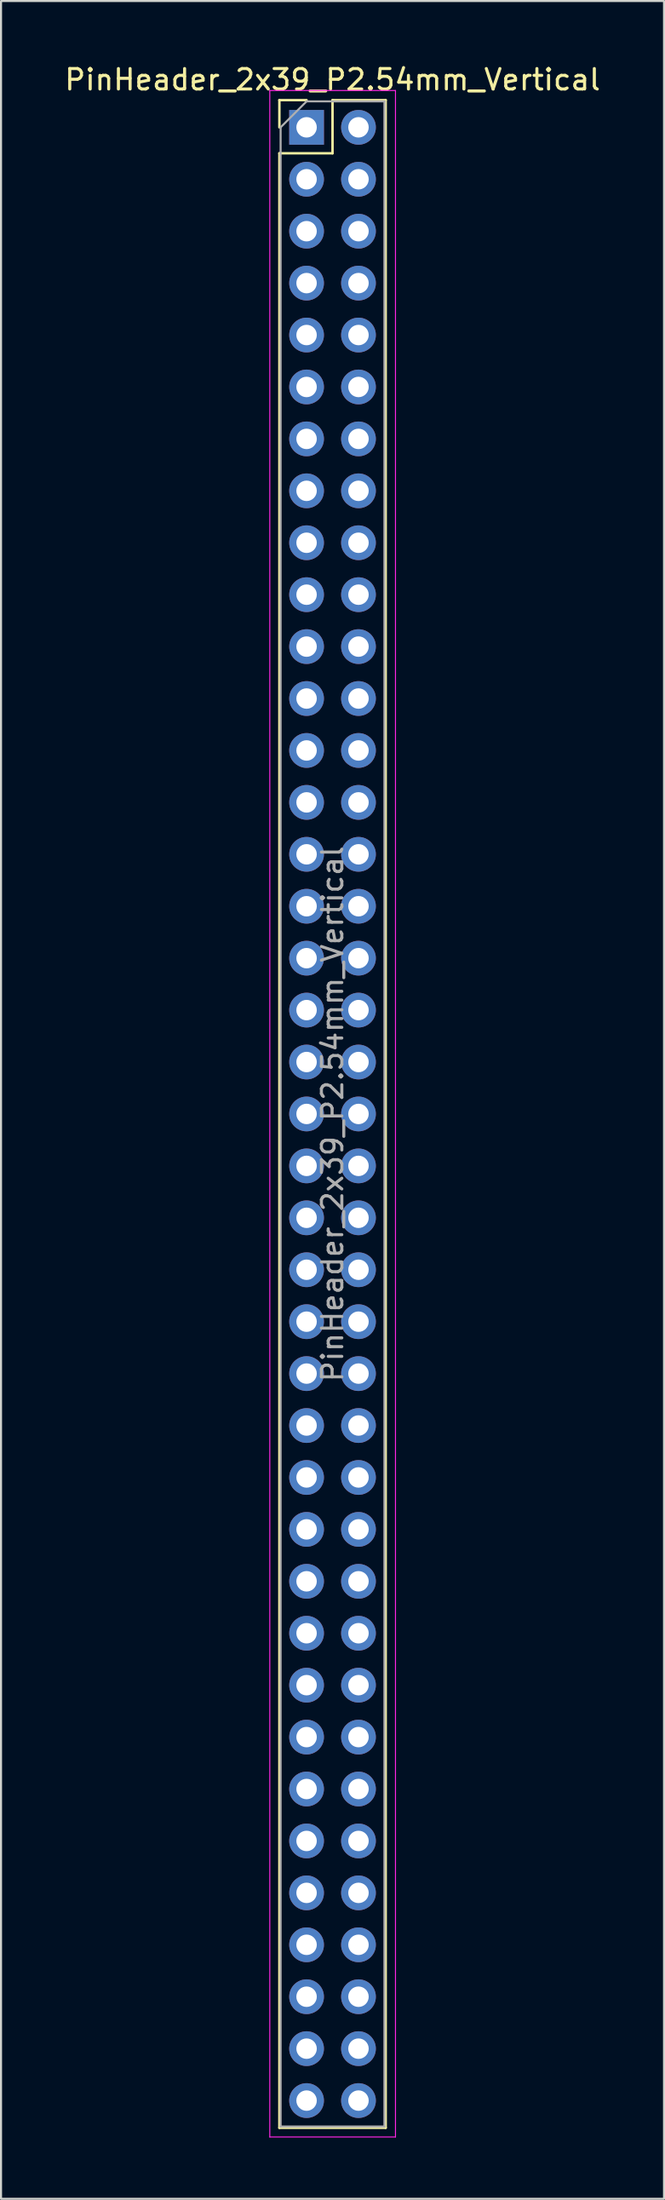
<source format=kicad_pcb>
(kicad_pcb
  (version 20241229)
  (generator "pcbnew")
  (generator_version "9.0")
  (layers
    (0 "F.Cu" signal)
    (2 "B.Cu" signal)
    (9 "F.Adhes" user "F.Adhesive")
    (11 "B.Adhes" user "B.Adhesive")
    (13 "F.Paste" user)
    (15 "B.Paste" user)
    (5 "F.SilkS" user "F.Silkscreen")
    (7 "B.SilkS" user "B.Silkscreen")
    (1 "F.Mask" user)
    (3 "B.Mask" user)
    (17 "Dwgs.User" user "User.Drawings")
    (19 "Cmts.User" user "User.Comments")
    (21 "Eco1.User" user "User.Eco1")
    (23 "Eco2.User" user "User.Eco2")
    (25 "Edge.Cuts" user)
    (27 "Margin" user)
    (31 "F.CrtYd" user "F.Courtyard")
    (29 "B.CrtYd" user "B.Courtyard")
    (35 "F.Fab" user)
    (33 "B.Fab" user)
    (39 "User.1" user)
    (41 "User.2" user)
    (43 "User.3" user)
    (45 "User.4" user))
  (footprint "PinHeader_2x39_P2.54mm_Vertical"
    (layer "F.Cu")
    (at 11.95 3.178)
    (property "Reference" "PinHeader_2x39_P2.54mm_Vertical" (at 1.27 -2.33 0) (layer "F.SilkS") (effects (font (size 1 1) (thickness 0.15))))
    (attr through_hole)
    (fp_line (start -1.33 -1.33) (end 0 -1.33) (stroke (width 0.12) (type solid)) (layer "F.SilkS"))
    (fp_line (start -1.33 0) (end -1.33 -1.33) (stroke (width 0.12) (type solid)) (layer "F.SilkS"))
    (fp_line (start -1.33 1.27) (end -1.33 97.85) (stroke (width 0.12) (type solid)) (layer "F.SilkS"))
    (fp_line (start -1.33 1.27) (end 1.27 1.27) (stroke (width 0.12) (type solid)) (layer "F.SilkS"))
    (fp_line (start -1.33 97.85) (end 3.87 97.85) (stroke (width 0.12) (type solid)) (layer "F.SilkS"))
    (fp_line (start 1.27 -1.33) (end 3.87 -1.33) (stroke (width 0.12) (type solid)) (layer "F.SilkS"))
    (fp_line (start 1.27 1.27) (end 1.27 -1.33) (stroke (width 0.12) (type solid)) (layer "F.SilkS"))
    (fp_line (start 3.87 -1.33) (end 3.87 97.85) (stroke (width 0.12) (type solid)) (layer "F.SilkS"))
    (fp_line (start -1.8 -1.8) (end -1.8 98.3) (stroke (width 0.05) (type solid)) (layer "F.CrtYd"))
    (fp_line (start -1.8 98.3) (end 4.35 98.3) (stroke (width 0.05) (type solid)) (layer "F.CrtYd"))
    (fp_line (start 4.35 -1.8) (end -1.8 -1.8) (stroke (width 0.05) (type solid)) (layer "F.CrtYd"))
    (fp_line (start 4.35 98.3) (end 4.35 -1.8) (stroke (width 0.05) (type solid)) (layer "F.CrtYd"))
    (fp_line (start -1.27 0) (end 0 -1.27) (stroke (width 0.1) (type solid)) (layer "F.Fab"))
    (fp_line (start -1.27 97.79) (end -1.27 0) (stroke (width 0.1) (type solid)) (layer "F.Fab"))
    (fp_line (start 0 -1.27) (end 3.81 -1.27) (stroke (width 0.1) (type solid)) (layer "F.Fab"))
    (fp_line (start 3.81 -1.27) (end 3.81 97.79) (stroke (width 0.1) (type solid)) (layer "F.Fab"))
    (fp_line (start 3.81 97.79) (end -1.27 97.79) (stroke (width 0.1) (type solid)) (layer "F.Fab"))
    (fp_text user "${REFERENCE}" (at 1.27 48.26 90) (layer "F.Fab") (effects (font (size 1 1) (thickness 0.15))))
    (pad "1" thru_hole rect (at 0 0) (size 1.7 1.7) (drill 1) (layers "*.Cu" "*.Mask"))
    (pad "2" thru_hole oval (at 2.54 0) (size 1.7 1.7) (drill 1) (layers "*.Cu" "*.Mask"))
    (pad "3" thru_hole oval (at 0 2.54) (size 1.7 1.7) (drill 1) (layers "*.Cu" "*.Mask"))
    (pad "4" thru_hole oval (at 2.54 2.54) (size 1.7 1.7) (drill 1) (layers "*.Cu" "*.Mask"))
    (pad "5" thru_hole oval (at 0 5.08) (size 1.7 1.7) (drill 1) (layers "*.Cu" "*.Mask"))
    (pad "6" thru_hole oval (at 2.54 5.08) (size 1.7 1.7) (drill 1) (layers "*.Cu" "*.Mask"))
    (pad "7" thru_hole oval (at 0 7.62) (size 1.7 1.7) (drill 1) (layers "*.Cu" "*.Mask"))
    (pad "8" thru_hole oval (at 2.54 7.62) (size 1.7 1.7) (drill 1) (layers "*.Cu" "*.Mask"))
    (pad "9" thru_hole oval (at 0 10.16) (size 1.7 1.7) (drill 1) (layers "*.Cu" "*.Mask"))
    (pad "10" thru_hole oval (at 2.54 10.16) (size 1.7 1.7) (drill 1) (layers "*.Cu" "*.Mask"))
    (pad "11" thru_hole oval (at 0 12.7) (size 1.7 1.7) (drill 1) (layers "*.Cu" "*.Mask"))
    (pad "12" thru_hole oval (at 2.54 12.7) (size 1.7 1.7) (drill 1) (layers "*.Cu" "*.Mask"))
    (pad "13" thru_hole oval (at 0 15.24) (size 1.7 1.7) (drill 1) (layers "*.Cu" "*.Mask"))
    (pad "14" thru_hole oval (at 2.54 15.24) (size 1.7 1.7) (drill 1) (layers "*.Cu" "*.Mask"))
    (pad "15" thru_hole oval (at 0 17.78) (size 1.7 1.7) (drill 1) (layers "*.Cu" "*.Mask"))
    (pad "16" thru_hole oval (at 2.54 17.78) (size 1.7 1.7) (drill 1) (layers "*.Cu" "*.Mask"))
    (pad "17" thru_hole oval (at 0 20.32) (size 1.7 1.7) (drill 1) (layers "*.Cu" "*.Mask"))
    (pad "18" thru_hole oval (at 2.54 20.32) (size 1.7 1.7) (drill 1) (layers "*.Cu" "*.Mask"))
    (pad "19" thru_hole oval (at 0 22.86) (size 1.7 1.7) (drill 1) (layers "*.Cu" "*.Mask"))
    (pad "20" thru_hole oval (at 2.54 22.86) (size 1.7 1.7) (drill 1) (layers "*.Cu" "*.Mask"))
    (pad "21" thru_hole oval (at 0 25.4) (size 1.7 1.7) (drill 1) (layers "*.Cu" "*.Mask"))
    (pad "22" thru_hole oval (at 2.54 25.4) (size 1.7 1.7) (drill 1) (layers "*.Cu" "*.Mask"))
    (pad "23" thru_hole oval (at 0 27.94) (size 1.7 1.7) (drill 1) (layers "*.Cu" "*.Mask"))
    (pad "24" thru_hole oval (at 2.54 27.94) (size 1.7 1.7) (drill 1) (layers "*.Cu" "*.Mask"))
    (pad "25" thru_hole oval (at 0 30.48) (size 1.7 1.7) (drill 1) (layers "*.Cu" "*.Mask"))
    (pad "26" thru_hole oval (at 2.54 30.48) (size 1.7 1.7) (drill 1) (layers "*.Cu" "*.Mask"))
    (pad "27" thru_hole oval (at 0 33.02) (size 1.7 1.7) (drill 1) (layers "*.Cu" "*.Mask"))
    (pad "28" thru_hole oval (at 2.54 33.02) (size 1.7 1.7) (drill 1) (layers "*.Cu" "*.Mask"))
    (pad "29" thru_hole oval (at 0 35.56) (size 1.7 1.7) (drill 1) (layers "*.Cu" "*.Mask"))
    (pad "30" thru_hole oval (at 2.54 35.56) (size 1.7 1.7) (drill 1) (layers "*.Cu" "*.Mask"))
    (pad "31" thru_hole oval (at 0 38.1) (size 1.7 1.7) (drill 1) (layers "*.Cu" "*.Mask"))
    (pad "32" thru_hole oval (at 2.54 38.1) (size 1.7 1.7) (drill 1) (layers "*.Cu" "*.Mask"))
    (pad "33" thru_hole oval (at 0 40.64) (size 1.7 1.7) (drill 1) (layers "*.Cu" "*.Mask"))
    (pad "34" thru_hole oval (at 2.54 40.64) (size 1.7 1.7) (drill 1) (layers "*.Cu" "*.Mask"))
    (pad "35" thru_hole oval (at 0 43.18) (size 1.7 1.7) (drill 1) (layers "*.Cu" "*.Mask"))
    (pad "36" thru_hole oval (at 2.54 43.18) (size 1.7 1.7) (drill 1) (layers "*.Cu" "*.Mask"))
    (pad "37" thru_hole oval (at 0 45.72) (size 1.7 1.7) (drill 1) (layers "*.Cu" "*.Mask"))
    (pad "38" thru_hole oval (at 2.54 45.72) (size 1.7 1.7) (drill 1) (layers "*.Cu" "*.Mask"))
    (pad "39" thru_hole oval (at 0 48.26) (size 1.7 1.7) (drill 1) (layers "*.Cu" "*.Mask"))
    (pad "40" thru_hole oval (at 2.54 48.26) (size 1.7 1.7) (drill 1) (layers "*.Cu" "*.Mask"))
    (pad "41" thru_hole oval (at 0 50.8) (size 1.7 1.7) (drill 1) (layers "*.Cu" "*.Mask"))
    (pad "42" thru_hole oval (at 2.54 50.8) (size 1.7 1.7) (drill 1) (layers "*.Cu" "*.Mask"))
    (pad "43" thru_hole oval (at 0 53.34) (size 1.7 1.7) (drill 1) (layers "*.Cu" "*.Mask"))
    (pad "44" thru_hole oval (at 2.54 53.34) (size 1.7 1.7) (drill 1) (layers "*.Cu" "*.Mask"))
    (pad "45" thru_hole oval (at 0 55.88) (size 1.7 1.7) (drill 1) (layers "*.Cu" "*.Mask"))
    (pad "46" thru_hole oval (at 2.54 55.88) (size 1.7 1.7) (drill 1) (layers "*.Cu" "*.Mask"))
    (pad "47" thru_hole oval (at 0 58.42) (size 1.7 1.7) (drill 1) (layers "*.Cu" "*.Mask"))
    (pad "48" thru_hole oval (at 2.54 58.42) (size 1.7 1.7) (drill 1) (layers "*.Cu" "*.Mask"))
    (pad "49" thru_hole oval (at 0 60.96) (size 1.7 1.7) (drill 1) (layers "*.Cu" "*.Mask"))
    (pad "50" thru_hole oval (at 2.54 60.96) (size 1.7 1.7) (drill 1) (layers "*.Cu" "*.Mask"))
    (pad "51" thru_hole oval (at 0 63.5) (size 1.7 1.7) (drill 1) (layers "*.Cu" "*.Mask"))
    (pad "52" thru_hole oval (at 2.54 63.5) (size 1.7 1.7) (drill 1) (layers "*.Cu" "*.Mask"))
    (pad "53" thru_hole oval (at 0 66.04) (size 1.7 1.7) (drill 1) (layers "*.Cu" "*.Mask"))
    (pad "54" thru_hole oval (at 2.54 66.04) (size 1.7 1.7) (drill 1) (layers "*.Cu" "*.Mask"))
    (pad "55" thru_hole oval (at 0 68.58) (size 1.7 1.7) (drill 1) (layers "*.Cu" "*.Mask"))
    (pad "56" thru_hole oval (at 2.54 68.58) (size 1.7 1.7) (drill 1) (layers "*.Cu" "*.Mask"))
    (pad "57" thru_hole oval (at 0 71.12) (size 1.7 1.7) (drill 1) (layers "*.Cu" "*.Mask"))
    (pad "58" thru_hole oval (at 2.54 71.12) (size 1.7 1.7) (drill 1) (layers "*.Cu" "*.Mask"))
    (pad "59" thru_hole oval (at 0 73.66) (size 1.7 1.7) (drill 1) (layers "*.Cu" "*.Mask"))
    (pad "60" thru_hole oval (at 2.54 73.66) (size 1.7 1.7) (drill 1) (layers "*.Cu" "*.Mask"))
    (pad "61" thru_hole oval (at 0 76.2) (size 1.7 1.7) (drill 1) (layers "*.Cu" "*.Mask"))
    (pad "62" thru_hole oval (at 2.54 76.2) (size 1.7 1.7) (drill 1) (layers "*.Cu" "*.Mask"))
    (pad "63" thru_hole oval (at 0 78.74) (size 1.7 1.7) (drill 1) (layers "*.Cu" "*.Mask"))
    (pad "64" thru_hole oval (at 2.54 78.74) (size 1.7 1.7) (drill 1) (layers "*.Cu" "*.Mask"))
    (pad "65" thru_hole oval (at 0 81.28) (size 1.7 1.7) (drill 1) (layers "*.Cu" "*.Mask"))
    (pad "66" thru_hole oval (at 2.54 81.28) (size 1.7 1.7) (drill 1) (layers "*.Cu" "*.Mask"))
    (pad "67" thru_hole oval (at 0 83.82) (size 1.7 1.7) (drill 1) (layers "*.Cu" "*.Mask"))
    (pad "68" thru_hole oval (at 2.54 83.82) (size 1.7 1.7) (drill 1) (layers "*.Cu" "*.Mask"))
    (pad "69" thru_hole oval (at 0 86.36) (size 1.7 1.7) (drill 1) (layers "*.Cu" "*.Mask"))
    (pad "70" thru_hole oval (at 2.54 86.36) (size 1.7 1.7) (drill 1) (layers "*.Cu" "*.Mask"))
    (pad "71" thru_hole oval (at 0 88.9) (size 1.7 1.7) (drill 1) (layers "*.Cu" "*.Mask"))
    (pad "72" thru_hole oval (at 2.54 88.9) (size 1.7 1.7) (drill 1) (layers "*.Cu" "*.Mask"))
    (pad "73" thru_hole oval (at 0 91.44) (size 1.7 1.7) (drill 1) (layers "*.Cu" "*.Mask"))
    (pad "74" thru_hole oval (at 2.54 91.44) (size 1.7 1.7) (drill 1) (layers "*.Cu" "*.Mask"))
    (pad "75" thru_hole oval (at 0 93.98) (size 1.7 1.7) (drill 1) (layers "*.Cu" "*.Mask"))
    (pad "76" thru_hole oval (at 2.54 93.98) (size 1.7 1.7) (drill 1) (layers "*.Cu" "*.Mask"))
    (pad "77" thru_hole oval (at 0 96.52) (size 1.7 1.7) (drill 1) (layers "*.Cu" "*.Mask"))
    (pad "78" thru_hole oval (at 2.54 96.52) (size 1.7 1.7) (drill 1) (layers "*.Cu" "*.Mask")))
  (gr_rect
    (start -3 -3)
    (end 29.44 104.503)
    (stroke (width 0.1) (type default))
    (fill no)
    (layer "Edge.Cuts")))
</source>
